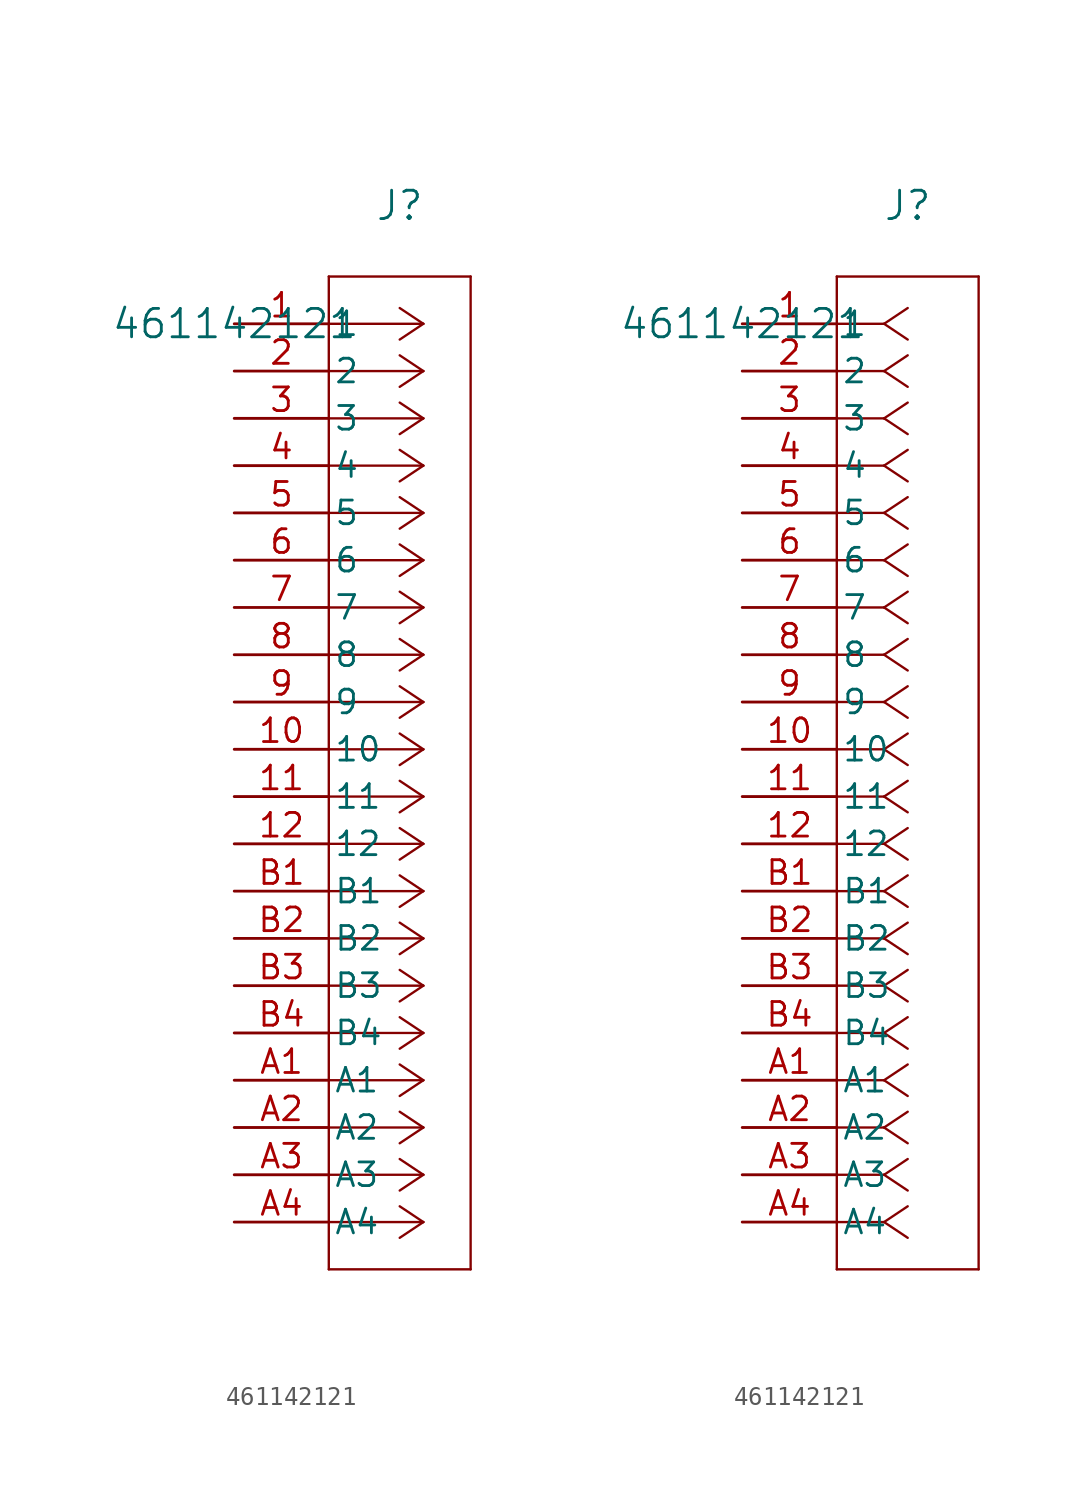
<source format=kicad_sym>
(kicad_symbol_lib
  (version 20211014)
  (generator kicad_symbol_editor)
  (symbol "461142121"
    (pin_names
      (offset 0.254))
    (property "Reference" "J"
      (at 8.89 6.35 0)
      (effects (font (size 1.524 1.524))))
    (property "Value" "461142121"
      (at 0 0 0)
      (effects (font (size 1.524 1.524))))
    (symbol "461142121_1_1"
      (polyline (pts (xy 10.16 0) (xy 5.08 0)) (stroke (width 0.127) (type default) (color 0 0 0 0)) (fill (type none)))
      (polyline (pts (xy 10.16 -2.54) (xy 5.08 -2.54)) (stroke (width 0.127) (type default) (color 0 0 0 0)) (fill (type none)))
      (polyline (pts (xy 10.16 -5.08) (xy 5.08 -5.08)) (stroke (width 0.127) (type default) (color 0 0 0 0)) (fill (type none)))
      (polyline (pts (xy 10.16 -7.62) (xy 5.08 -7.62)) (stroke (width 0.127) (type default) (color 0 0 0 0)) (fill (type none)))
      (polyline (pts (xy 10.16 -10.16) (xy 5.08 -10.16)) (stroke (width 0.127) (type default) (color 0 0 0 0)) (fill (type none)))
      (polyline (pts (xy 10.16 -12.7) (xy 5.08 -12.7)) (stroke (width 0.127) (type default) (color 0 0 0 0)) (fill (type none)))
      (polyline (pts (xy 10.16 -15.24) (xy 5.08 -15.24)) (stroke (width 0.127) (type default) (color 0 0 0 0)) (fill (type none)))
      (polyline (pts (xy 10.16 -17.78) (xy 5.08 -17.78)) (stroke (width 0.127) (type default) (color 0 0 0 0)) (fill (type none)))
      (polyline (pts (xy 10.16 -20.32) (xy 5.08 -20.32)) (stroke (width 0.127) (type default) (color 0 0 0 0)) (fill (type none)))
      (polyline (pts (xy 10.16 -22.86) (xy 5.08 -22.86)) (stroke (width 0.127) (type default) (color 0 0 0 0)) (fill (type none)))
      (polyline (pts (xy 10.16 -25.4) (xy 5.08 -25.4)) (stroke (width 0.127) (type default) (color 0 0 0 0)) (fill (type none)))
      (polyline (pts (xy 10.16 -27.94) (xy 5.08 -27.94)) (stroke (width 0.127) (type default) (color 0 0 0 0)) (fill (type none)))
      (polyline (pts (xy 10.16 -30.48) (xy 5.08 -30.48)) (stroke (width 0.127) (type default) (color 0 0 0 0)) (fill (type none)))
      (polyline (pts (xy 10.16 -33.02) (xy 5.08 -33.02)) (stroke (width 0.127) (type default) (color 0 0 0 0)) (fill (type none)))
      (polyline (pts (xy 10.16 -35.56) (xy 5.08 -35.56)) (stroke (width 0.127) (type default) (color 0 0 0 0)) (fill (type none)))
      (polyline (pts (xy 10.16 -38.1) (xy 5.08 -38.1)) (stroke (width 0.127) (type default) (color 0 0 0 0)) (fill (type none)))
      (polyline (pts (xy 10.16 -40.64) (xy 5.08 -40.64)) (stroke (width 0.127) (type default) (color 0 0 0 0)) (fill (type none)))
      (polyline (pts (xy 10.16 -43.18) (xy 5.08 -43.18)) (stroke (width 0.127) (type default) (color 0 0 0 0)) (fill (type none)))
      (polyline (pts (xy 10.16 -45.72) (xy 5.08 -45.72)) (stroke (width 0.127) (type default) (color 0 0 0 0)) (fill (type none)))
      (polyline (pts (xy 10.16 -48.26) (xy 5.08 -48.26)) (stroke (width 0.127) (type default) (color 0 0 0 0)) (fill (type none)))
      (polyline (pts (xy 10.16 0) (xy 8.89 0.847)) (stroke (width 0.127) (type default) (color 0 0 0 0)) (fill (type none)))
      (polyline (pts (xy 10.16 -2.54) (xy 8.89 -1.693)) (stroke (width 0.127) (type default) (color 0 0 0 0)) (fill (type none)))
      (polyline (pts (xy 10.16 -5.08) (xy 8.89 -4.233)) (stroke (width 0.127) (type default) (color 0 0 0 0)) (fill (type none)))
      (polyline (pts (xy 10.16 -7.62) (xy 8.89 -6.773)) (stroke (width 0.127) (type default) (color 0 0 0 0)) (fill (type none)))
      (polyline (pts (xy 10.16 -10.16) (xy 8.89 -9.313)) (stroke (width 0.127) (type default) (color 0 0 0 0)) (fill (type none)))
      (polyline (pts (xy 10.16 -12.7) (xy 8.89 -11.853)) (stroke (width 0.127) (type default) (color 0 0 0 0)) (fill (type none)))
      (polyline (pts (xy 10.16 -15.24) (xy 8.89 -14.393)) (stroke (width 0.127) (type default) (color 0 0 0 0)) (fill (type none)))
      (polyline (pts (xy 10.16 -17.78) (xy 8.89 -16.933)) (stroke (width 0.127) (type default) (color 0 0 0 0)) (fill (type none)))
      (polyline (pts (xy 10.16 -20.32) (xy 8.89 -19.473)) (stroke (width 0.127) (type default) (color 0 0 0 0)) (fill (type none)))
      (polyline (pts (xy 10.16 -22.86) (xy 8.89 -22.013)) (stroke (width 0.127) (type default) (color 0 0 0 0)) (fill (type none)))
      (polyline (pts (xy 10.16 -25.4) (xy 8.89 -24.553)) (stroke (width 0.127) (type default) (color 0 0 0 0)) (fill (type none)))
      (polyline (pts (xy 10.16 -27.94) (xy 8.89 -27.093)) (stroke (width 0.127) (type default) (color 0 0 0 0)) (fill (type none)))
      (polyline (pts (xy 10.16 -30.48) (xy 8.89 -29.633)) (stroke (width 0.127) (type default) (color 0 0 0 0)) (fill (type none)))
      (polyline (pts (xy 10.16 -33.02) (xy 8.89 -32.173)) (stroke (width 0.127) (type default) (color 0 0 0 0)) (fill (type none)))
      (polyline (pts (xy 10.16 -35.56) (xy 8.89 -34.713)) (stroke (width 0.127) (type default) (color 0 0 0 0)) (fill (type none)))
      (polyline (pts (xy 10.16 -38.1) (xy 8.89 -37.253)) (stroke (width 0.127) (type default) (color 0 0 0 0)) (fill (type none)))
      (polyline (pts (xy 10.16 -40.64) (xy 8.89 -39.793)) (stroke (width 0.127) (type default) (color 0 0 0 0)) (fill (type none)))
      (polyline (pts (xy 10.16 -43.18) (xy 8.89 -42.333)) (stroke (width 0.127) (type default) (color 0 0 0 0)) (fill (type none)))
      (polyline (pts (xy 10.16 -45.72) (xy 8.89 -44.873)) (stroke (width 0.127) (type default) (color 0 0 0 0)) (fill (type none)))
      (polyline (pts (xy 10.16 -48.26) (xy 8.89 -47.413)) (stroke (width 0.127) (type default) (color 0 0 0 0)) (fill (type none)))
      (polyline (pts (xy 10.16 0) (xy 8.89 -0.847)) (stroke (width 0.127) (type default) (color 0 0 0 0)) (fill (type none)))
      (polyline (pts (xy 10.16 -2.54) (xy 8.89 -3.387)) (stroke (width 0.127) (type default) (color 0 0 0 0)) (fill (type none)))
      (polyline (pts (xy 10.16 -5.08) (xy 8.89 -5.927)) (stroke (width 0.127) (type default) (color 0 0 0 0)) (fill (type none)))
      (polyline (pts (xy 10.16 -7.62) (xy 8.89 -8.467)) (stroke (width 0.127) (type default) (color 0 0 0 0)) (fill (type none)))
      (polyline (pts (xy 10.16 -10.16) (xy 8.89 -11.007)) (stroke (width 0.127) (type default) (color 0 0 0 0)) (fill (type none)))
      (polyline (pts (xy 10.16 -12.7) (xy 8.89 -13.547)) (stroke (width 0.127) (type default) (color 0 0 0 0)) (fill (type none)))
      (polyline (pts (xy 10.16 -15.24) (xy 8.89 -16.087)) (stroke (width 0.127) (type default) (color 0 0 0 0)) (fill (type none)))
      (polyline (pts (xy 10.16 -17.78) (xy 8.89 -18.627)) (stroke (width 0.127) (type default) (color 0 0 0 0)) (fill (type none)))
      (polyline (pts (xy 10.16 -20.32) (xy 8.89 -21.167)) (stroke (width 0.127) (type default) (color 0 0 0 0)) (fill (type none)))
      (polyline (pts (xy 10.16 -22.86) (xy 8.89 -23.707)) (stroke (width 0.127) (type default) (color 0 0 0 0)) (fill (type none)))
      (polyline (pts (xy 10.16 -25.4) (xy 8.89 -26.247)) (stroke (width 0.127) (type default) (color 0 0 0 0)) (fill (type none)))
      (polyline (pts (xy 10.16 -27.94) (xy 8.89 -28.787)) (stroke (width 0.127) (type default) (color 0 0 0 0)) (fill (type none)))
      (polyline (pts (xy 10.16 -30.48) (xy 8.89 -31.327)) (stroke (width 0.127) (type default) (color 0 0 0 0)) (fill (type none)))
      (polyline (pts (xy 10.16 -33.02) (xy 8.89 -33.867)) (stroke (width 0.127) (type default) (color 0 0 0 0)) (fill (type none)))
      (polyline (pts (xy 10.16 -35.56) (xy 8.89 -36.407)) (stroke (width 0.127) (type default) (color 0 0 0 0)) (fill (type none)))
      (polyline (pts (xy 10.16 -38.1) (xy 8.89 -38.947)) (stroke (width 0.127) (type default) (color 0 0 0 0)) (fill (type none)))
      (polyline (pts (xy 10.16 -40.64) (xy 8.89 -41.487)) (stroke (width 0.127) (type default) (color 0 0 0 0)) (fill (type none)))
      (polyline (pts (xy 10.16 -43.18) (xy 8.89 -44.027)) (stroke (width 0.127) (type default) (color 0 0 0 0)) (fill (type none)))
      (polyline (pts (xy 10.16 -45.72) (xy 8.89 -46.567)) (stroke (width 0.127) (type default) (color 0 0 0 0)) (fill (type none)))
      (polyline (pts (xy 10.16 -48.26) (xy 8.89 -49.107)) (stroke (width 0.127) (type default) (color 0 0 0 0)) (fill (type none)))
      (polyline (pts (xy 5.08 2.54) (xy 5.08 -50.8)) (stroke (width 0.127) (type default) (color 0 0 0 0)) (fill (type none)))
      (polyline (pts (xy 5.08 -50.8) (xy 12.7 -50.8)) (stroke (width 0.127) (type default) (color 0 0 0 0)) (fill (type none)))
      (polyline (pts (xy 12.7 -50.8) (xy 12.7 2.54)) (stroke (width 0.127) (type default) (color 0 0 0 0)) (fill (type none)))
      (polyline (pts (xy 12.7 2.54) (xy 5.08 2.54)) (stroke (width 0.127) (type default) (color 0 0 0 0)) (fill (type none)))
      (pin unspecified line (at 0 0 0) (length 5.08) (name "1" (effects (font (size 1.27 1.27)))) (number "1" (effects (font (size 1.27 1.27)))))
      (pin unspecified line (at 0 -2.54 0) (length 5.08) (name "2" (effects (font (size 1.27 1.27)))) (number "2" (effects (font (size 1.27 1.27)))))
      (pin unspecified line (at 0 -5.08 0) (length 5.08) (name "3" (effects (font (size 1.27 1.27)))) (number "3" (effects (font (size 1.27 1.27)))))
      (pin unspecified line (at 0 -7.62 0) (length 5.08) (name "4" (effects (font (size 1.27 1.27)))) (number "4" (effects (font (size 1.27 1.27)))))
      (pin unspecified line (at 0 -10.16 0) (length 5.08) (name "5" (effects (font (size 1.27 1.27)))) (number "5" (effects (font (size 1.27 1.27)))))
      (pin unspecified line (at 0 -12.7 0) (length 5.08) (name "6" (effects (font (size 1.27 1.27)))) (number "6" (effects (font (size 1.27 1.27)))))
      (pin unspecified line (at 0 -15.24 0) (length 5.08) (name "7" (effects (font (size 1.27 1.27)))) (number "7" (effects (font (size 1.27 1.27)))))
      (pin unspecified line (at 0 -17.78 0) (length 5.08) (name "8" (effects (font (size 1.27 1.27)))) (number "8" (effects (font (size 1.27 1.27)))))
      (pin unspecified line (at 0 -20.32 0) (length 5.08) (name "9" (effects (font (size 1.27 1.27)))) (number "9" (effects (font (size 1.27 1.27)))))
      (pin unspecified line (at 0 -22.86 0) (length 5.08) (name "10" (effects (font (size 1.27 1.27)))) (number "10" (effects (font (size 1.27 1.27)))))
      (pin unspecified line (at 0 -25.4 0) (length 5.08) (name "11" (effects (font (size 1.27 1.27)))) (number "11" (effects (font (size 1.27 1.27)))))
      (pin unspecified line (at 0 -27.94 0) (length 5.08) (name "12" (effects (font (size 1.27 1.27)))) (number "12" (effects (font (size 1.27 1.27)))))
      (pin unspecified line (at 0 -30.48 0) (length 5.08) (name "B1" (effects (font (size 1.27 1.27)))) (number "B1" (effects (font (size 1.27 1.27)))))
      (pin unspecified line (at 0 -33.02 0) (length 5.08) (name "B2" (effects (font (size 1.27 1.27)))) (number "B2" (effects (font (size 1.27 1.27)))))
      (pin unspecified line (at 0 -35.56 0) (length 5.08) (name "B3" (effects (font (size 1.27 1.27)))) (number "B3" (effects (font (size 1.27 1.27)))))
      (pin unspecified line (at 0 -38.1 0) (length 5.08) (name "B4" (effects (font (size 1.27 1.27)))) (number "B4" (effects (font (size 1.27 1.27)))))
      (pin unspecified line (at 0 -40.64 0) (length 5.08) (name "A1" (effects (font (size 1.27 1.27)))) (number "A1" (effects (font (size 1.27 1.27)))))
      (pin unspecified line (at 0 -43.18 0) (length 5.08) (name "A2" (effects (font (size 1.27 1.27)))) (number "A2" (effects (font (size 1.27 1.27)))))
      (pin unspecified line (at 0 -45.72 0) (length 5.08) (name "A3" (effects (font (size 1.27 1.27)))) (number "A3" (effects (font (size 1.27 1.27)))))
      (pin unspecified line (at 0 -48.26 0) (length 5.08) (name "A4" (effects (font (size 1.27 1.27)))) (number "A4" (effects (font (size 1.27 1.27))))))
    (symbol "461142121_1_2"
      (polyline (pts (xy 7.62 0) (xy 5.08 0)) (stroke (width 0.127) (type default) (color 0 0 0 0)) (fill (type none)))
      (polyline (pts (xy 7.62 -2.54) (xy 5.08 -2.54)) (stroke (width 0.127) (type default) (color 0 0 0 0)) (fill (type none)))
      (polyline (pts (xy 7.62 -5.08) (xy 5.08 -5.08)) (stroke (width 0.127) (type default) (color 0 0 0 0)) (fill (type none)))
      (polyline (pts (xy 7.62 -7.62) (xy 5.08 -7.62)) (stroke (width 0.127) (type default) (color 0 0 0 0)) (fill (type none)))
      (polyline (pts (xy 7.62 -10.16) (xy 5.08 -10.16)) (stroke (width 0.127) (type default) (color 0 0 0 0)) (fill (type none)))
      (polyline (pts (xy 7.62 -12.7) (xy 5.08 -12.7)) (stroke (width 0.127) (type default) (color 0 0 0 0)) (fill (type none)))
      (polyline (pts (xy 7.62 -15.24) (xy 5.08 -15.24)) (stroke (width 0.127) (type default) (color 0 0 0 0)) (fill (type none)))
      (polyline (pts (xy 7.62 -17.78) (xy 5.08 -17.78)) (stroke (width 0.127) (type default) (color 0 0 0 0)) (fill (type none)))
      (polyline (pts (xy 7.62 -20.32) (xy 5.08 -20.32)) (stroke (width 0.127) (type default) (color 0 0 0 0)) (fill (type none)))
      (polyline (pts (xy 7.62 -22.86) (xy 5.08 -22.86)) (stroke (width 0.127) (type default) (color 0 0 0 0)) (fill (type none)))
      (polyline (pts (xy 7.62 -25.4) (xy 5.08 -25.4)) (stroke (width 0.127) (type default) (color 0 0 0 0)) (fill (type none)))
      (polyline (pts (xy 7.62 -27.94) (xy 5.08 -27.94)) (stroke (width 0.127) (type default) (color 0 0 0 0)) (fill (type none)))
      (polyline (pts (xy 7.62 -30.48) (xy 5.08 -30.48)) (stroke (width 0.127) (type default) (color 0 0 0 0)) (fill (type none)))
      (polyline (pts (xy 7.62 -33.02) (xy 5.08 -33.02)) (stroke (width 0.127) (type default) (color 0 0 0 0)) (fill (type none)))
      (polyline (pts (xy 7.62 -35.56) (xy 5.08 -35.56)) (stroke (width 0.127) (type default) (color 0 0 0 0)) (fill (type none)))
      (polyline (pts (xy 7.62 -38.1) (xy 5.08 -38.1)) (stroke (width 0.127) (type default) (color 0 0 0 0)) (fill (type none)))
      (polyline (pts (xy 7.62 -40.64) (xy 5.08 -40.64)) (stroke (width 0.127) (type default) (color 0 0 0 0)) (fill (type none)))
      (polyline (pts (xy 7.62 -43.18) (xy 5.08 -43.18)) (stroke (width 0.127) (type default) (color 0 0 0 0)) (fill (type none)))
      (polyline (pts (xy 7.62 -45.72) (xy 5.08 -45.72)) (stroke (width 0.127) (type default) (color 0 0 0 0)) (fill (type none)))
      (polyline (pts (xy 7.62 -48.26) (xy 5.08 -48.26)) (stroke (width 0.127) (type default) (color 0 0 0 0)) (fill (type none)))
      (polyline (pts (xy 7.62 0) (xy 8.89 0.847)) (stroke (width 0.127) (type default) (color 0 0 0 0)) (fill (type none)))
      (polyline (pts (xy 7.62 -2.54) (xy 8.89 -1.693)) (stroke (width 0.127) (type default) (color 0 0 0 0)) (fill (type none)))
      (polyline (pts (xy 7.62 -5.08) (xy 8.89 -4.233)) (stroke (width 0.127) (type default) (color 0 0 0 0)) (fill (type none)))
      (polyline (pts (xy 7.62 -7.62) (xy 8.89 -6.773)) (stroke (width 0.127) (type default) (color 0 0 0 0)) (fill (type none)))
      (polyline (pts (xy 7.62 -10.16) (xy 8.89 -9.313)) (stroke (width 0.127) (type default) (color 0 0 0 0)) (fill (type none)))
      (polyline (pts (xy 7.62 -12.7) (xy 8.89 -11.853)) (stroke (width 0.127) (type default) (color 0 0 0 0)) (fill (type none)))
      (polyline (pts (xy 7.62 -15.24) (xy 8.89 -14.393)) (stroke (width 0.127) (type default) (color 0 0 0 0)) (fill (type none)))
      (polyline (pts (xy 7.62 -17.78) (xy 8.89 -16.933)) (stroke (width 0.127) (type default) (color 0 0 0 0)) (fill (type none)))
      (polyline (pts (xy 7.62 -20.32) (xy 8.89 -19.473)) (stroke (width 0.127) (type default) (color 0 0 0 0)) (fill (type none)))
      (polyline (pts (xy 7.62 -22.86) (xy 8.89 -22.013)) (stroke (width 0.127) (type default) (color 0 0 0 0)) (fill (type none)))
      (polyline (pts (xy 7.62 -25.4) (xy 8.89 -24.553)) (stroke (width 0.127) (type default) (color 0 0 0 0)) (fill (type none)))
      (polyline (pts (xy 7.62 -27.94) (xy 8.89 -27.093)) (stroke (width 0.127) (type default) (color 0 0 0 0)) (fill (type none)))
      (polyline (pts (xy 7.62 -30.48) (xy 8.89 -29.633)) (stroke (width 0.127) (type default) (color 0 0 0 0)) (fill (type none)))
      (polyline (pts (xy 7.62 -33.02) (xy 8.89 -32.173)) (stroke (width 0.127) (type default) (color 0 0 0 0)) (fill (type none)))
      (polyline (pts (xy 7.62 -35.56) (xy 8.89 -34.713)) (stroke (width 0.127) (type default) (color 0 0 0 0)) (fill (type none)))
      (polyline (pts (xy 7.62 -38.1) (xy 8.89 -37.253)) (stroke (width 0.127) (type default) (color 0 0 0 0)) (fill (type none)))
      (polyline (pts (xy 7.62 -40.64) (xy 8.89 -39.793)) (stroke (width 0.127) (type default) (color 0 0 0 0)) (fill (type none)))
      (polyline (pts (xy 7.62 -43.18) (xy 8.89 -42.333)) (stroke (width 0.127) (type default) (color 0 0 0 0)) (fill (type none)))
      (polyline (pts (xy 7.62 -45.72) (xy 8.89 -44.873)) (stroke (width 0.127) (type default) (color 0 0 0 0)) (fill (type none)))
      (polyline (pts (xy 7.62 -48.26) (xy 8.89 -47.413)) (stroke (width 0.127) (type default) (color 0 0 0 0)) (fill (type none)))
      (polyline (pts (xy 7.62 0) (xy 8.89 -0.847)) (stroke (width 0.127) (type default) (color 0 0 0 0)) (fill (type none)))
      (polyline (pts (xy 7.62 -2.54) (xy 8.89 -3.387)) (stroke (width 0.127) (type default) (color 0 0 0 0)) (fill (type none)))
      (polyline (pts (xy 7.62 -5.08) (xy 8.89 -5.927)) (stroke (width 0.127) (type default) (color 0 0 0 0)) (fill (type none)))
      (polyline (pts (xy 7.62 -7.62) (xy 8.89 -8.467)) (stroke (width 0.127) (type default) (color 0 0 0 0)) (fill (type none)))
      (polyline (pts (xy 7.62 -10.16) (xy 8.89 -11.007)) (stroke (width 0.127) (type default) (color 0 0 0 0)) (fill (type none)))
      (polyline (pts (xy 7.62 -12.7) (xy 8.89 -13.547)) (stroke (width 0.127) (type default) (color 0 0 0 0)) (fill (type none)))
      (polyline (pts (xy 7.62 -15.24) (xy 8.89 -16.087)) (stroke (width 0.127) (type default) (color 0 0 0 0)) (fill (type none)))
      (polyline (pts (xy 7.62 -17.78) (xy 8.89 -18.627)) (stroke (width 0.127) (type default) (color 0 0 0 0)) (fill (type none)))
      (polyline (pts (xy 7.62 -20.32) (xy 8.89 -21.167)) (stroke (width 0.127) (type default) (color 0 0 0 0)) (fill (type none)))
      (polyline (pts (xy 7.62 -22.86) (xy 8.89 -23.707)) (stroke (width 0.127) (type default) (color 0 0 0 0)) (fill (type none)))
      (polyline (pts (xy 7.62 -25.4) (xy 8.89 -26.247)) (stroke (width 0.127) (type default) (color 0 0 0 0)) (fill (type none)))
      (polyline (pts (xy 7.62 -27.94) (xy 8.89 -28.787)) (stroke (width 0.127) (type default) (color 0 0 0 0)) (fill (type none)))
      (polyline (pts (xy 7.62 -30.48) (xy 8.89 -31.327)) (stroke (width 0.127) (type default) (color 0 0 0 0)) (fill (type none)))
      (polyline (pts (xy 7.62 -33.02) (xy 8.89 -33.867)) (stroke (width 0.127) (type default) (color 0 0 0 0)) (fill (type none)))
      (polyline (pts (xy 7.62 -35.56) (xy 8.89 -36.407)) (stroke (width 0.127) (type default) (color 0 0 0 0)) (fill (type none)))
      (polyline (pts (xy 7.62 -38.1) (xy 8.89 -38.947)) (stroke (width 0.127) (type default) (color 0 0 0 0)) (fill (type none)))
      (polyline (pts (xy 7.62 -40.64) (xy 8.89 -41.487)) (stroke (width 0.127) (type default) (color 0 0 0 0)) (fill (type none)))
      (polyline (pts (xy 7.62 -43.18) (xy 8.89 -44.027)) (stroke (width 0.127) (type default) (color 0 0 0 0)) (fill (type none)))
      (polyline (pts (xy 7.62 -45.72) (xy 8.89 -46.567)) (stroke (width 0.127) (type default) (color 0 0 0 0)) (fill (type none)))
      (polyline (pts (xy 7.62 -48.26) (xy 8.89 -49.107)) (stroke (width 0.127) (type default) (color 0 0 0 0)) (fill (type none)))
      (polyline (pts (xy 5.08 2.54) (xy 5.08 -50.8)) (stroke (width 0.127) (type default) (color 0 0 0 0)) (fill (type none)))
      (polyline (pts (xy 5.08 -50.8) (xy 12.7 -50.8)) (stroke (width 0.127) (type default) (color 0 0 0 0)) (fill (type none)))
      (polyline (pts (xy 12.7 -50.8) (xy 12.7 2.54)) (stroke (width 0.127) (type default) (color 0 0 0 0)) (fill (type none)))
      (polyline (pts (xy 12.7 2.54) (xy 5.08 2.54)) (stroke (width 0.127) (type default) (color 0 0 0 0)) (fill (type none)))
      (pin unspecified line (at 0 0 0) (length 5.08) (name "1" (effects (font (size 1.27 1.27)))) (number "1" (effects (font (size 1.27 1.27)))))
      (pin unspecified line (at 0 -2.54 0) (length 5.08) (name "2" (effects (font (size 1.27 1.27)))) (number "2" (effects (font (size 1.27 1.27)))))
      (pin unspecified line (at 0 -5.08 0) (length 5.08) (name "3" (effects (font (size 1.27 1.27)))) (number "3" (effects (font (size 1.27 1.27)))))
      (pin unspecified line (at 0 -7.62 0) (length 5.08) (name "4" (effects (font (size 1.27 1.27)))) (number "4" (effects (font (size 1.27 1.27)))))
      (pin unspecified line (at 0 -10.16 0) (length 5.08) (name "5" (effects (font (size 1.27 1.27)))) (number "5" (effects (font (size 1.27 1.27)))))
      (pin unspecified line (at 0 -12.7 0) (length 5.08) (name "6" (effects (font (size 1.27 1.27)))) (number "6" (effects (font (size 1.27 1.27)))))
      (pin unspecified line (at 0 -15.24 0) (length 5.08) (name "7" (effects (font (size 1.27 1.27)))) (number "7" (effects (font (size 1.27 1.27)))))
      (pin unspecified line (at 0 -17.78 0) (length 5.08) (name "8" (effects (font (size 1.27 1.27)))) (number "8" (effects (font (size 1.27 1.27)))))
      (pin unspecified line (at 0 -20.32 0) (length 5.08) (name "9" (effects (font (size 1.27 1.27)))) (number "9" (effects (font (size 1.27 1.27)))))
      (pin unspecified line (at 0 -22.86 0) (length 5.08) (name "10" (effects (font (size 1.27 1.27)))) (number "10" (effects (font (size 1.27 1.27)))))
      (pin unspecified line (at 0 -25.4 0) (length 5.08) (name "11" (effects (font (size 1.27 1.27)))) (number "11" (effects (font (size 1.27 1.27)))))
      (pin unspecified line (at 0 -27.94 0) (length 5.08) (name "12" (effects (font (size 1.27 1.27)))) (number "12" (effects (font (size 1.27 1.27)))))
      (pin unspecified line (at 0 -30.48 0) (length 5.08) (name "B1" (effects (font (size 1.27 1.27)))) (number "B1" (effects (font (size 1.27 1.27)))))
      (pin unspecified line (at 0 -33.02 0) (length 5.08) (name "B2" (effects (font (size 1.27 1.27)))) (number "B2" (effects (font (size 1.27 1.27)))))
      (pin unspecified line (at 0 -35.56 0) (length 5.08) (name "B3" (effects (font (size 1.27 1.27)))) (number "B3" (effects (font (size 1.27 1.27)))))
      (pin unspecified line (at 0 -38.1 0) (length 5.08) (name "B4" (effects (font (size 1.27 1.27)))) (number "B4" (effects (font (size 1.27 1.27)))))
      (pin unspecified line (at 0 -40.64 0) (length 5.08) (name "A1" (effects (font (size 1.27 1.27)))) (number "A1" (effects (font (size 1.27 1.27)))))
      (pin unspecified line (at 0 -43.18 0) (length 5.08) (name "A2" (effects (font (size 1.27 1.27)))) (number "A2" (effects (font (size 1.27 1.27)))))
      (pin unspecified line (at 0 -45.72 0) (length 5.08) (name "A3" (effects (font (size 1.27 1.27)))) (number "A3" (effects (font (size 1.27 1.27)))))
      (pin unspecified line (at 0 -48.26 0) (length 5.08) (name "A4" (effects (font (size 1.27 1.27)))) (number "A4" (effects (font (size 1.27 1.27))))))))
</source>
